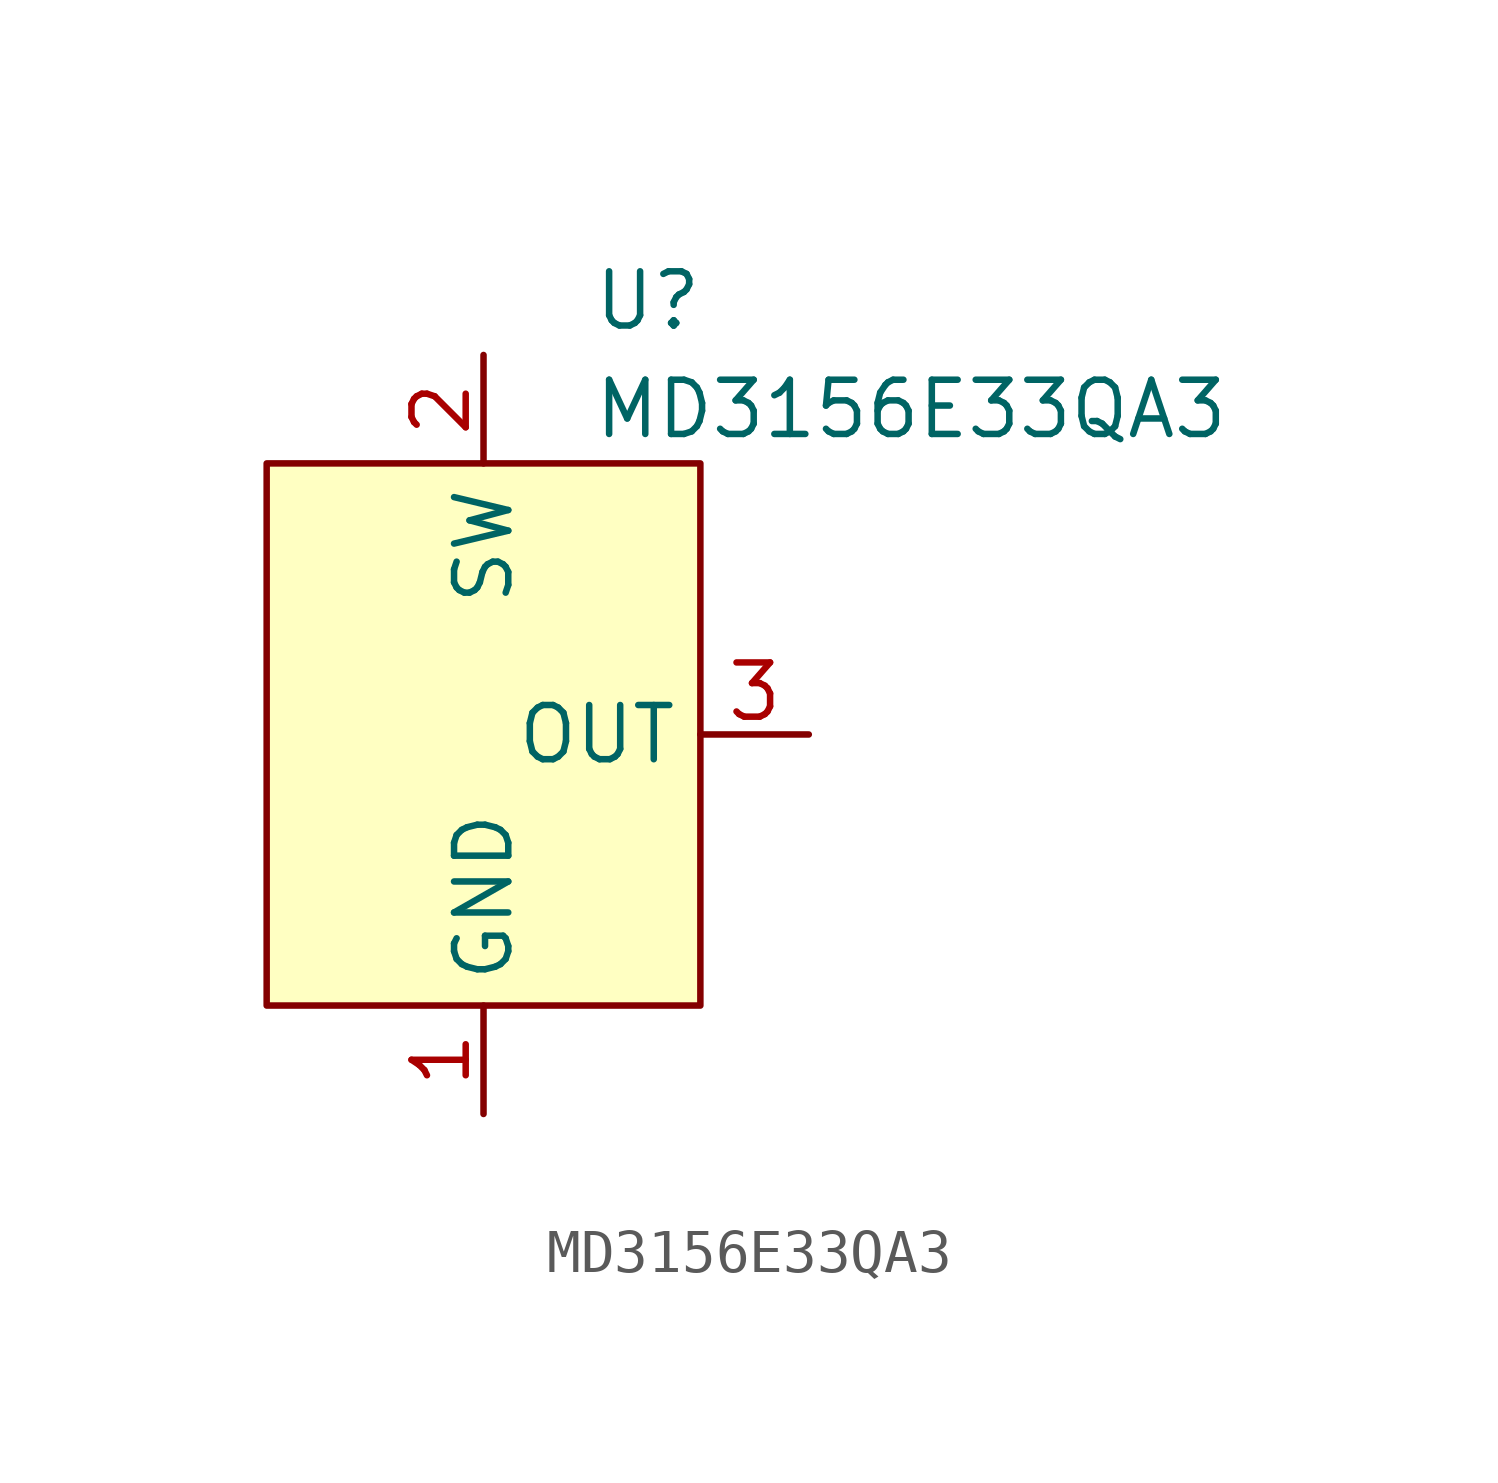
<source format=kicad_sym>
(kicad_symbol_lib
  (version 20220914)
  (generator kicad_symbol_editor)
  (symbol "MD3156E33QA3"
    (property "Reference" "U"
      (at 2.54 1.27 0)
      (effects (font (size 1.27 1.27)) (justify left)))
    (property "Value" "MD3156E33QA3"
      (at 2.54 -1.27 0)
      (effects (font (size 1.27 1.27)) (justify left)))
    (symbol "MD3156E33QA3_1_1"
      (rectangle (start -5.08 -2.54) (end 5.08 -15.24) (stroke (width 0) (type default)) (fill (type background)))
      (pin power_in line (at 0 -17.78 90) (length 2.54) (name "GND" (effects (font (size 1.27 1.27)))) (number "1" (effects (font (size 1.27 1.27)))))
      (pin input line (at 0 0 270) (length 2.54) (name "SW" (effects (font (size 1.27 1.27)))) (number "2" (effects (font (size 1.27 1.27)))))
      (pin power_out line (at 7.62 -8.89 180) (length 2.54) (name "OUT" (effects (font (size 1.27 1.27)))) (number "3" (effects (font (size 1.27 1.27))))))))
</source>
